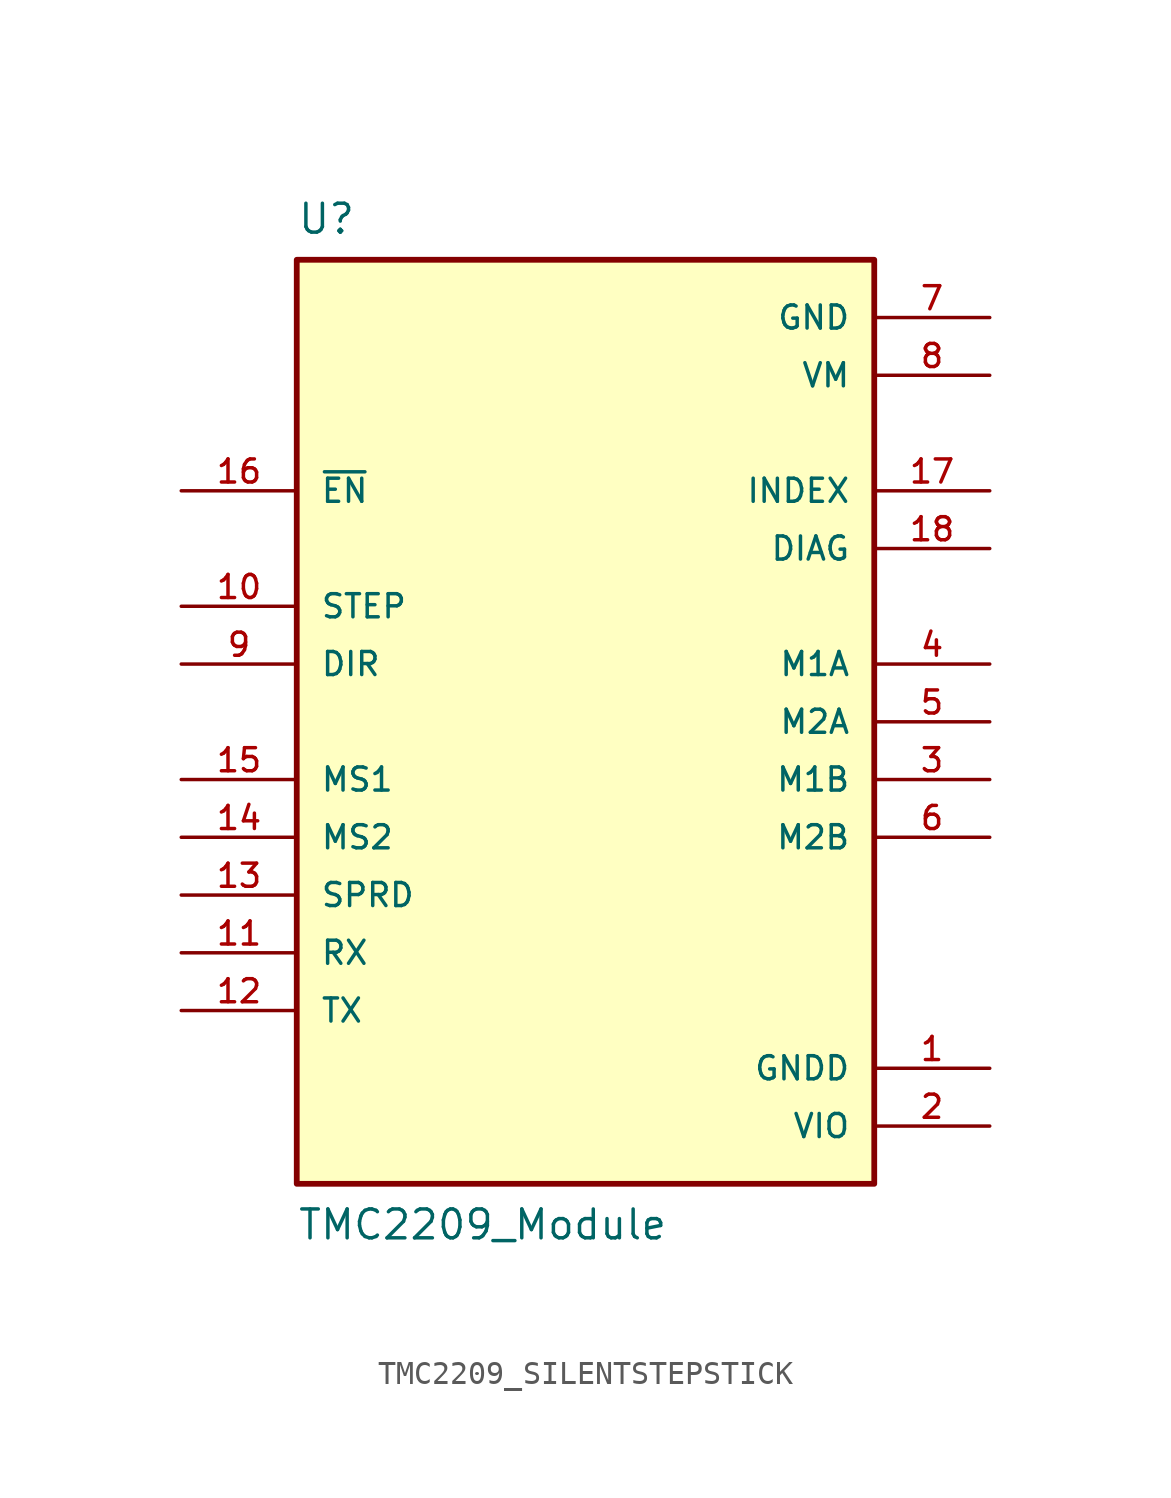
<source format=kicad_sym>
(kicad_symbol_lib
  (version 20231120)
  (generator "kicad_symbol_editor")
  (generator_version "8.0")
  (symbol "TMC2209_SILENTSTEPSTICK"
    (pin_names
      (offset 1.016))
    (property "Reference" "U"
      (at -12.7 22.86 0)
      (effects (font (size 1.27 1.27)) (justify left top)))
    (property "Value" "TMC2209_Module"
      (at -12.7 -22.86 0)
      (effects (font (size 1.27 1.27)) (justify left bottom)))
    (symbol "TMC2209_SILENTSTEPSTICK_0_0"
      (rectangle (start -12.7 20.32) (end 12.7 -20.32) (stroke (width 0.254) (type default)) (fill (type background)))
      (pin input line (at -17.78 5.08 0) (length 5.08) (name "STEP" (effects (font (size 1.016 1.016)))) (number "10" (effects (font (size 1.016 1.016)))))
      (pin input line (at -17.78 -7.62 0) (length 5.08) (name "SPRD" (effects (font (size 1.016 1.016)))) (number "13" (effects (font (size 1.016 1.016)))))
      (pin input line (at -17.78 -5.08 0) (length 5.08) (name "MS2" (effects (font (size 1.016 1.016)))) (number "14" (effects (font (size 1.016 1.016)))))
      (pin input line (at -17.78 -2.54 0) (length 5.08) (name "MS1" (effects (font (size 1.016 1.016)))) (number "15" (effects (font (size 1.016 1.016)))))
      (pin input line (at -17.78 10.16 0) (length 5.08) (name "~{EN}" (effects (font (size 1.016 1.016)))) (number "16" (effects (font (size 1.016 1.016)))))
      (pin output line (at 17.78 10.16 180) (length 5.08) (name "INDEX" (effects (font (size 1.016 1.016)))) (number "17" (effects (font (size 1.016 1.016)))))
      (pin output line (at 17.78 7.62 180) (length 5.08) (name "DIAG" (effects (font (size 1.016 1.016)))) (number "18" (effects (font (size 1.016 1.016)))))
      (pin power_in line (at 17.78 -17.78 180) (length 5.08) (name "VIO" (effects (font (size 1.016 1.016)))) (number "2" (effects (font (size 1.016 1.016)))))
      (pin output line (at 17.78 -2.54 180) (length 5.08) (name "M1B" (effects (font (size 1.016 1.016)))) (number "3" (effects (font (size 1.016 1.016)))))
      (pin output line (at 17.78 2.54 180) (length 5.08) (name "M1A" (effects (font (size 1.016 1.016)))) (number "4" (effects (font (size 1.016 1.016)))))
      (pin output line (at 17.78 0 180) (length 5.08) (name "M2A" (effects (font (size 1.016 1.016)))) (number "5" (effects (font (size 1.016 1.016)))))
      (pin output line (at 17.78 -5.08 180) (length 5.08) (name "M2B" (effects (font (size 1.016 1.016)))) (number "6" (effects (font (size 1.016 1.016)))))
      (pin power_in line (at 17.78 17.78 180) (length 5.08) (name "GND" (effects (font (size 1.016 1.016)))) (number "7" (effects (font (size 1.016 1.016)))))
      (pin power_in line (at 17.78 15.24 180) (length 5.08) (name "VM" (effects (font (size 1.016 1.016)))) (number "8" (effects (font (size 1.016 1.016)))))
      (pin input line (at -17.78 2.54 0) (length 5.08) (name "DIR" (effects (font (size 1.016 1.016)))) (number "9" (effects (font (size 1.016 1.016))))))
    (symbol "TMC2209_SILENTSTEPSTICK_1_0"
      (pin power_in line (at 17.78 -15.24 180) (length 5.08) (name "GNDD" (effects (font (size 1.016 1.016)))) (number "1" (effects (font (size 1.016 1.016)))))
      (pin bidirectional line (at -17.78 -10.16 0) (length 5.08) (name "RX" (effects (font (size 1.016 1.016)))) (number "11" (effects (font (size 1.016 1.016)))))
      (pin bidirectional line (at -17.78 -12.7 0) (length 5.08) (name "TX" (effects (font (size 1.016 1.016)))) (number "12" (effects (font (size 1.016 1.016))))))))
</source>
